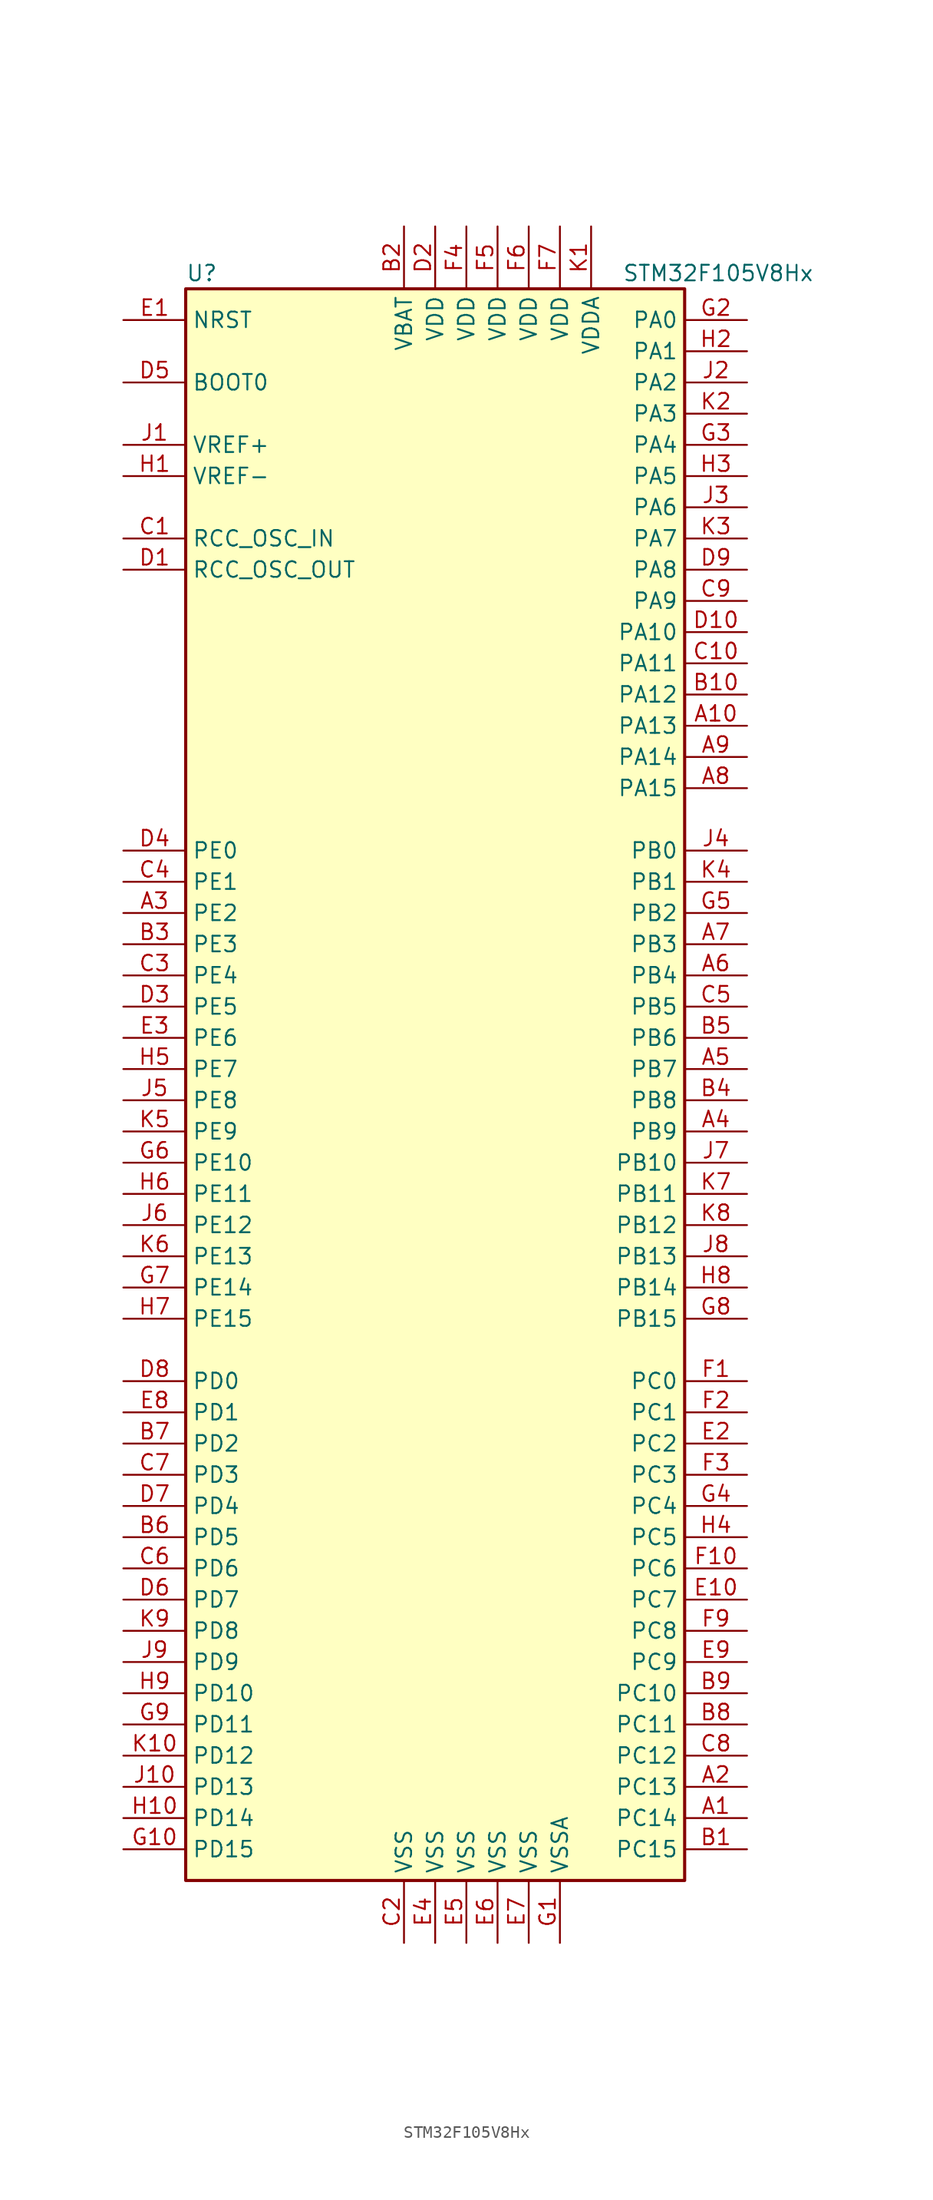
<source format=kicad_sym>
(kicad_symbol_lib
  (version 20211014)
  (generator kicad_symbol_editor)
  (symbol "STM32F105V8Hx"
    (property "Reference" "U"
      (at -20.32 64.77 0)
      (effects (font (size 1.27 1.27)) (justify left)))
    (property "Value" "STM32F105V8Hx"
      (at 15.24 64.77 0)
      (effects (font (size 1.27 1.27)) (justify left)))
    (symbol "STM32F105V8Hx_0_1"
      (rectangle (start -20.32 -66.04) (end 20.32 63.5) (stroke (width 0.254) (type default) (color 0 0 0 0)) (fill (type background))))
    (symbol "STM32F105V8Hx_1_1"
      (pin bidirectional line (at 25.4 -60.96 180) (length 5.08) (name "PC14" (effects (font (size 1.27 1.27)))) (number "A1" (effects (font (size 1.27 1.27)))))
      (pin bidirectional line (at 25.4 27.94 180) (length 5.08) (name "PA13" (effects (font (size 1.27 1.27)))) (number "A10" (effects (font (size 1.27 1.27)))))
      (pin bidirectional line (at 25.4 -58.42 180) (length 5.08) (name "PC13" (effects (font (size 1.27 1.27)))) (number "A2" (effects (font (size 1.27 1.27)))))
      (pin bidirectional line (at -25.4 12.7 0) (length 5.08) (name "PE2" (effects (font (size 1.27 1.27)))) (number "A3" (effects (font (size 1.27 1.27)))))
      (pin bidirectional line (at 25.4 -5.08 180) (length 5.08) (name "PB9" (effects (font (size 1.27 1.27)))) (number "A4" (effects (font (size 1.27 1.27)))))
      (pin bidirectional line (at 25.4 0 180) (length 5.08) (name "PB7" (effects (font (size 1.27 1.27)))) (number "A5" (effects (font (size 1.27 1.27)))))
      (pin bidirectional line (at 25.4 7.62 180) (length 5.08) (name "PB4" (effects (font (size 1.27 1.27)))) (number "A6" (effects (font (size 1.27 1.27)))))
      (pin bidirectional line (at 25.4 10.16 180) (length 5.08) (name "PB3" (effects (font (size 1.27 1.27)))) (number "A7" (effects (font (size 1.27 1.27)))))
      (pin bidirectional line (at 25.4 22.86 180) (length 5.08) (name "PA15" (effects (font (size 1.27 1.27)))) (number "A8" (effects (font (size 1.27 1.27)))))
      (pin bidirectional line (at 25.4 25.4 180) (length 5.08) (name "PA14" (effects (font (size 1.27 1.27)))) (number "A9" (effects (font (size 1.27 1.27)))))
      (pin bidirectional line (at 25.4 -63.5 180) (length 5.08) (name "PC15" (effects (font (size 1.27 1.27)))) (number "B1" (effects (font (size 1.27 1.27)))))
      (pin bidirectional line (at 25.4 30.48 180) (length 5.08) (name "PA12" (effects (font (size 1.27 1.27)))) (number "B10" (effects (font (size 1.27 1.27)))))
      (pin power_in line (at -2.54 68.58 270) (length 5.08) (name "VBAT" (effects (font (size 1.27 1.27)))) (number "B2" (effects (font (size 1.27 1.27)))))
      (pin bidirectional line (at -25.4 10.16 0) (length 5.08) (name "PE3" (effects (font (size 1.27 1.27)))) (number "B3" (effects (font (size 1.27 1.27)))))
      (pin bidirectional line (at 25.4 -2.54 180) (length 5.08) (name "PB8" (effects (font (size 1.27 1.27)))) (number "B4" (effects (font (size 1.27 1.27)))))
      (pin bidirectional line (at 25.4 2.54 180) (length 5.08) (name "PB6" (effects (font (size 1.27 1.27)))) (number "B5" (effects (font (size 1.27 1.27)))))
      (pin bidirectional line (at -25.4 -38.1 0) (length 5.08) (name "PD5" (effects (font (size 1.27 1.27)))) (number "B6" (effects (font (size 1.27 1.27)))))
      (pin bidirectional line (at -25.4 -30.48 0) (length 5.08) (name "PD2" (effects (font (size 1.27 1.27)))) (number "B7" (effects (font (size 1.27 1.27)))))
      (pin bidirectional line (at 25.4 -53.34 180) (length 5.08) (name "PC11" (effects (font (size 1.27 1.27)))) (number "B8" (effects (font (size 1.27 1.27)))))
      (pin bidirectional line (at 25.4 -50.8 180) (length 5.08) (name "PC10" (effects (font (size 1.27 1.27)))) (number "B9" (effects (font (size 1.27 1.27)))))
      (pin input line (at -25.4 43.18 0) (length 5.08) (name "RCC_OSC_IN" (effects (font (size 1.27 1.27)))) (number "C1" (effects (font (size 1.27 1.27)))))
      (pin bidirectional line (at 25.4 33.02 180) (length 5.08) (name "PA11" (effects (font (size 1.27 1.27)))) (number "C10" (effects (font (size 1.27 1.27)))))
      (pin power_in line (at -2.54 -71.12 90) (length 5.08) (name "VSS" (effects (font (size 1.27 1.27)))) (number "C2" (effects (font (size 1.27 1.27)))))
      (pin bidirectional line (at -25.4 7.62 0) (length 5.08) (name "PE4" (effects (font (size 1.27 1.27)))) (number "C3" (effects (font (size 1.27 1.27)))))
      (pin bidirectional line (at -25.4 15.24 0) (length 5.08) (name "PE1" (effects (font (size 1.27 1.27)))) (number "C4" (effects (font (size 1.27 1.27)))))
      (pin bidirectional line (at 25.4 5.08 180) (length 5.08) (name "PB5" (effects (font (size 1.27 1.27)))) (number "C5" (effects (font (size 1.27 1.27)))))
      (pin bidirectional line (at -25.4 -40.64 0) (length 5.08) (name "PD6" (effects (font (size 1.27 1.27)))) (number "C6" (effects (font (size 1.27 1.27)))))
      (pin bidirectional line (at -25.4 -33.02 0) (length 5.08) (name "PD3" (effects (font (size 1.27 1.27)))) (number "C7" (effects (font (size 1.27 1.27)))))
      (pin bidirectional line (at 25.4 -55.88 180) (length 5.08) (name "PC12" (effects (font (size 1.27 1.27)))) (number "C8" (effects (font (size 1.27 1.27)))))
      (pin bidirectional line (at 25.4 38.1 180) (length 5.08) (name "PA9" (effects (font (size 1.27 1.27)))) (number "C9" (effects (font (size 1.27 1.27)))))
      (pin input line (at -25.4 40.64 0) (length 5.08) (name "RCC_OSC_OUT" (effects (font (size 1.27 1.27)))) (number "D1" (effects (font (size 1.27 1.27)))))
      (pin bidirectional line (at 25.4 35.56 180) (length 5.08) (name "PA10" (effects (font (size 1.27 1.27)))) (number "D10" (effects (font (size 1.27 1.27)))))
      (pin power_in line (at 0 68.58 270) (length 5.08) (name "VDD" (effects (font (size 1.27 1.27)))) (number "D2" (effects (font (size 1.27 1.27)))))
      (pin bidirectional line (at -25.4 5.08 0) (length 5.08) (name "PE5" (effects (font (size 1.27 1.27)))) (number "D3" (effects (font (size 1.27 1.27)))))
      (pin bidirectional line (at -25.4 17.78 0) (length 5.08) (name "PE0" (effects (font (size 1.27 1.27)))) (number "D4" (effects (font (size 1.27 1.27)))))
      (pin input line (at -25.4 55.88 0) (length 5.08) (name "BOOT0" (effects (font (size 1.27 1.27)))) (number "D5" (effects (font (size 1.27 1.27)))))
      (pin bidirectional line (at -25.4 -43.18 0) (length 5.08) (name "PD7" (effects (font (size 1.27 1.27)))) (number "D6" (effects (font (size 1.27 1.27)))))
      (pin bidirectional line (at -25.4 -35.56 0) (length 5.08) (name "PD4" (effects (font (size 1.27 1.27)))) (number "D7" (effects (font (size 1.27 1.27)))))
      (pin bidirectional line (at -25.4 -25.4 0) (length 5.08) (name "PD0" (effects (font (size 1.27 1.27)))) (number "D8" (effects (font (size 1.27 1.27)))))
      (pin bidirectional line (at 25.4 40.64 180) (length 5.08) (name "PA8" (effects (font (size 1.27 1.27)))) (number "D9" (effects (font (size 1.27 1.27)))))
      (pin input line (at -25.4 60.96 0) (length 5.08) (name "NRST" (effects (font (size 1.27 1.27)))) (number "E1" (effects (font (size 1.27 1.27)))))
      (pin bidirectional line (at 25.4 -43.18 180) (length 5.08) (name "PC7" (effects (font (size 1.27 1.27)))) (number "E10" (effects (font (size 1.27 1.27)))))
      (pin bidirectional line (at 25.4 -30.48 180) (length 5.08) (name "PC2" (effects (font (size 1.27 1.27)))) (number "E2" (effects (font (size 1.27 1.27)))))
      (pin bidirectional line (at -25.4 2.54 0) (length 5.08) (name "PE6" (effects (font (size 1.27 1.27)))) (number "E3" (effects (font (size 1.27 1.27)))))
      (pin power_in line (at 0 -71.12 90) (length 5.08) (name "VSS" (effects (font (size 1.27 1.27)))) (number "E4" (effects (font (size 1.27 1.27)))))
      (pin power_in line (at 2.54 -71.12 90) (length 5.08) (name "VSS" (effects (font (size 1.27 1.27)))) (number "E5" (effects (font (size 1.27 1.27)))))
      (pin power_in line (at 5.08 -71.12 90) (length 5.08) (name "VSS" (effects (font (size 1.27 1.27)))) (number "E6" (effects (font (size 1.27 1.27)))))
      (pin power_in line (at 7.62 -71.12 90) (length 5.08) (name "VSS" (effects (font (size 1.27 1.27)))) (number "E7" (effects (font (size 1.27 1.27)))))
      (pin bidirectional line (at -25.4 -27.94 0) (length 5.08) (name "PD1" (effects (font (size 1.27 1.27)))) (number "E8" (effects (font (size 1.27 1.27)))))
      (pin bidirectional line (at 25.4 -48.26 180) (length 5.08) (name "PC9" (effects (font (size 1.27 1.27)))) (number "E9" (effects (font (size 1.27 1.27)))))
      (pin bidirectional line (at 25.4 -25.4 180) (length 5.08) (name "PC0" (effects (font (size 1.27 1.27)))) (number "F1" (effects (font (size 1.27 1.27)))))
      (pin bidirectional line (at 25.4 -40.64 180) (length 5.08) (name "PC6" (effects (font (size 1.27 1.27)))) (number "F10" (effects (font (size 1.27 1.27)))))
      (pin bidirectional line (at 25.4 -27.94 180) (length 5.08) (name "PC1" (effects (font (size 1.27 1.27)))) (number "F2" (effects (font (size 1.27 1.27)))))
      (pin bidirectional line (at 25.4 -33.02 180) (length 5.08) (name "PC3" (effects (font (size 1.27 1.27)))) (number "F3" (effects (font (size 1.27 1.27)))))
      (pin power_in line (at 2.54 68.58 270) (length 5.08) (name "VDD" (effects (font (size 1.27 1.27)))) (number "F4" (effects (font (size 1.27 1.27)))))
      (pin power_in line (at 5.08 68.58 270) (length 5.08) (name "VDD" (effects (font (size 1.27 1.27)))) (number "F5" (effects (font (size 1.27 1.27)))))
      (pin power_in line (at 7.62 68.58 270) (length 5.08) (name "VDD" (effects (font (size 1.27 1.27)))) (number "F6" (effects (font (size 1.27 1.27)))))
      (pin power_in line (at 10.16 68.58 270) (length 5.08) (name "VDD" (effects (font (size 1.27 1.27)))) (number "F7" (effects (font (size 1.27 1.27)))))
      (pin no_connect line (at -20.32 -63.5 0) (length 5.08) hide (name "NC" (effects (font (size 1.27 1.27)))) (number "F8" (effects (font (size 1.27 1.27)))))
      (pin bidirectional line (at 25.4 -45.72 180) (length 5.08) (name "PC8" (effects (font (size 1.27 1.27)))) (number "F9" (effects (font (size 1.27 1.27)))))
      (pin power_in line (at 10.16 -71.12 90) (length 5.08) (name "VSSA" (effects (font (size 1.27 1.27)))) (number "G1" (effects (font (size 1.27 1.27)))))
      (pin bidirectional line (at -25.4 -63.5 0) (length 5.08) (name "PD15" (effects (font (size 1.27 1.27)))) (number "G10" (effects (font (size 1.27 1.27)))))
      (pin bidirectional line (at 25.4 60.96 180) (length 5.08) (name "PA0" (effects (font (size 1.27 1.27)))) (number "G2" (effects (font (size 1.27 1.27)))))
      (pin bidirectional line (at 25.4 50.8 180) (length 5.08) (name "PA4" (effects (font (size 1.27 1.27)))) (number "G3" (effects (font (size 1.27 1.27)))))
      (pin bidirectional line (at 25.4 -35.56 180) (length 5.08) (name "PC4" (effects (font (size 1.27 1.27)))) (number "G4" (effects (font (size 1.27 1.27)))))
      (pin bidirectional line (at 25.4 12.7 180) (length 5.08) (name "PB2" (effects (font (size 1.27 1.27)))) (number "G5" (effects (font (size 1.27 1.27)))))
      (pin bidirectional line (at -25.4 -7.62 0) (length 5.08) (name "PE10" (effects (font (size 1.27 1.27)))) (number "G6" (effects (font (size 1.27 1.27)))))
      (pin bidirectional line (at -25.4 -17.78 0) (length 5.08) (name "PE14" (effects (font (size 1.27 1.27)))) (number "G7" (effects (font (size 1.27 1.27)))))
      (pin bidirectional line (at 25.4 -20.32 180) (length 5.08) (name "PB15" (effects (font (size 1.27 1.27)))) (number "G8" (effects (font (size 1.27 1.27)))))
      (pin bidirectional line (at -25.4 -53.34 0) (length 5.08) (name "PD11" (effects (font (size 1.27 1.27)))) (number "G9" (effects (font (size 1.27 1.27)))))
      (pin power_in line (at -25.4 48.26 0) (length 5.08) (name "VREF-" (effects (font (size 1.27 1.27)))) (number "H1" (effects (font (size 1.27 1.27)))))
      (pin bidirectional line (at -25.4 -60.96 0) (length 5.08) (name "PD14" (effects (font (size 1.27 1.27)))) (number "H10" (effects (font (size 1.27 1.27)))))
      (pin bidirectional line (at 25.4 58.42 180) (length 5.08) (name "PA1" (effects (font (size 1.27 1.27)))) (number "H2" (effects (font (size 1.27 1.27)))))
      (pin bidirectional line (at 25.4 48.26 180) (length 5.08) (name "PA5" (effects (font (size 1.27 1.27)))) (number "H3" (effects (font (size 1.27 1.27)))))
      (pin bidirectional line (at 25.4 -38.1 180) (length 5.08) (name "PC5" (effects (font (size 1.27 1.27)))) (number "H4" (effects (font (size 1.27 1.27)))))
      (pin bidirectional line (at -25.4 0 0) (length 5.08) (name "PE7" (effects (font (size 1.27 1.27)))) (number "H5" (effects (font (size 1.27 1.27)))))
      (pin bidirectional line (at -25.4 -10.16 0) (length 5.08) (name "PE11" (effects (font (size 1.27 1.27)))) (number "H6" (effects (font (size 1.27 1.27)))))
      (pin bidirectional line (at -25.4 -20.32 0) (length 5.08) (name "PE15" (effects (font (size 1.27 1.27)))) (number "H7" (effects (font (size 1.27 1.27)))))
      (pin bidirectional line (at 25.4 -17.78 180) (length 5.08) (name "PB14" (effects (font (size 1.27 1.27)))) (number "H8" (effects (font (size 1.27 1.27)))))
      (pin bidirectional line (at -25.4 -50.8 0) (length 5.08) (name "PD10" (effects (font (size 1.27 1.27)))) (number "H9" (effects (font (size 1.27 1.27)))))
      (pin power_in line (at -25.4 50.8 0) (length 5.08) (name "VREF+" (effects (font (size 1.27 1.27)))) (number "J1" (effects (font (size 1.27 1.27)))))
      (pin bidirectional line (at -25.4 -58.42 0) (length 5.08) (name "PD13" (effects (font (size 1.27 1.27)))) (number "J10" (effects (font (size 1.27 1.27)))))
      (pin bidirectional line (at 25.4 55.88 180) (length 5.08) (name "PA2" (effects (font (size 1.27 1.27)))) (number "J2" (effects (font (size 1.27 1.27)))))
      (pin bidirectional line (at 25.4 45.72 180) (length 5.08) (name "PA6" (effects (font (size 1.27 1.27)))) (number "J3" (effects (font (size 1.27 1.27)))))
      (pin bidirectional line (at 25.4 17.78 180) (length 5.08) (name "PB0" (effects (font (size 1.27 1.27)))) (number "J4" (effects (font (size 1.27 1.27)))))
      (pin bidirectional line (at -25.4 -2.54 0) (length 5.08) (name "PE8" (effects (font (size 1.27 1.27)))) (number "J5" (effects (font (size 1.27 1.27)))))
      (pin bidirectional line (at -25.4 -12.7 0) (length 5.08) (name "PE12" (effects (font (size 1.27 1.27)))) (number "J6" (effects (font (size 1.27 1.27)))))
      (pin bidirectional line (at 25.4 -7.62 180) (length 5.08) (name "PB10" (effects (font (size 1.27 1.27)))) (number "J7" (effects (font (size 1.27 1.27)))))
      (pin bidirectional line (at 25.4 -15.24 180) (length 5.08) (name "PB13" (effects (font (size 1.27 1.27)))) (number "J8" (effects (font (size 1.27 1.27)))))
      (pin bidirectional line (at -25.4 -48.26 0) (length 5.08) (name "PD9" (effects (font (size 1.27 1.27)))) (number "J9" (effects (font (size 1.27 1.27)))))
      (pin power_in line (at 12.7 68.58 270) (length 5.08) (name "VDDA" (effects (font (size 1.27 1.27)))) (number "K1" (effects (font (size 1.27 1.27)))))
      (pin bidirectional line (at -25.4 -55.88 0) (length 5.08) (name "PD12" (effects (font (size 1.27 1.27)))) (number "K10" (effects (font (size 1.27 1.27)))))
      (pin bidirectional line (at 25.4 53.34 180) (length 5.08) (name "PA3" (effects (font (size 1.27 1.27)))) (number "K2" (effects (font (size 1.27 1.27)))))
      (pin bidirectional line (at 25.4 43.18 180) (length 5.08) (name "PA7" (effects (font (size 1.27 1.27)))) (number "K3" (effects (font (size 1.27 1.27)))))
      (pin bidirectional line (at 25.4 15.24 180) (length 5.08) (name "PB1" (effects (font (size 1.27 1.27)))) (number "K4" (effects (font (size 1.27 1.27)))))
      (pin bidirectional line (at -25.4 -5.08 0) (length 5.08) (name "PE9" (effects (font (size 1.27 1.27)))) (number "K5" (effects (font (size 1.27 1.27)))))
      (pin bidirectional line (at -25.4 -15.24 0) (length 5.08) (name "PE13" (effects (font (size 1.27 1.27)))) (number "K6" (effects (font (size 1.27 1.27)))))
      (pin bidirectional line (at 25.4 -10.16 180) (length 5.08) (name "PB11" (effects (font (size 1.27 1.27)))) (number "K7" (effects (font (size 1.27 1.27)))))
      (pin bidirectional line (at 25.4 -12.7 180) (length 5.08) (name "PB12" (effects (font (size 1.27 1.27)))) (number "K8" (effects (font (size 1.27 1.27)))))
      (pin bidirectional line (at -25.4 -45.72 0) (length 5.08) (name "PD8" (effects (font (size 1.27 1.27)))) (number "K9" (effects (font (size 1.27 1.27))))))))
</source>
